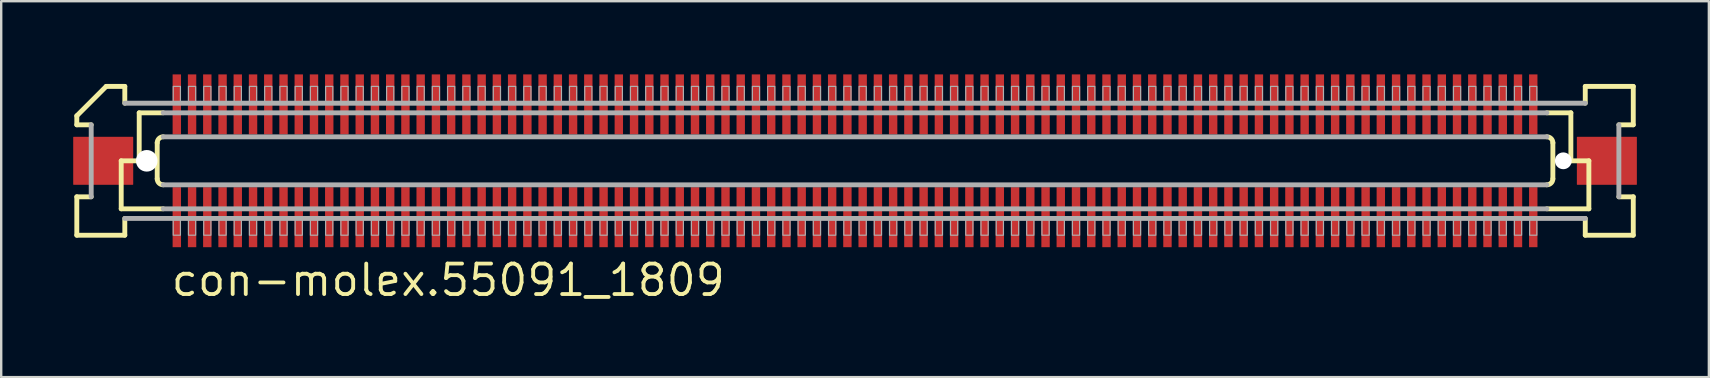
<source format=kicad_pcb>
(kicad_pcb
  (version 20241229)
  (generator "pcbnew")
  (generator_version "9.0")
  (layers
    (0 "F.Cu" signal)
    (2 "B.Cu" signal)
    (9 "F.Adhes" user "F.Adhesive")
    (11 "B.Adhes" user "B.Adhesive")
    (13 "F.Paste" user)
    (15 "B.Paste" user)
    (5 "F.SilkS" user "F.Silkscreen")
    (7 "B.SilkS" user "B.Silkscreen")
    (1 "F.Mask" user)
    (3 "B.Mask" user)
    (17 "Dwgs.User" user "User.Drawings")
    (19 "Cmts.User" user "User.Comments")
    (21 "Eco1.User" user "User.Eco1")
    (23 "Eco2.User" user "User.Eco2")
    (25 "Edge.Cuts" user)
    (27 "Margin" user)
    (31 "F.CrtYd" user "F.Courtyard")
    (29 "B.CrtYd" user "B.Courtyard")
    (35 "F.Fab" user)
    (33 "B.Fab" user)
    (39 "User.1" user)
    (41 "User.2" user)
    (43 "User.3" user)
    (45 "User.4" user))
  (footprint "con-molex.55091_1809"
    (layer "F.Cu")
    (at 32.575 3.65)
    (property "Reference" "con-molex.55091_1809" (at -28.575 5.715 0) (layer "F.SilkS") (effects (font (size 1.27 1.27) (thickness 0.16)) (justify left bottom)))
    (attr smd)
    (fp_rect (start -28.457 -1.075) (end -28.058 -3.625) (stroke (width 0.05) (type default)) (fill yes) (layer "F.Mask"))
    (fp_rect (start -28.457 3.625) (end -28.058 1.075) (stroke (width 0.05) (type default)) (fill yes) (layer "F.Mask"))
    (fp_rect (start -27.823 -1.075) (end -27.422 -3.625) (stroke (width 0.05) (type default)) (fill yes) (layer "F.Mask"))
    (fp_rect (start -27.823 3.625) (end -27.422 1.075) (stroke (width 0.05) (type default)) (fill yes) (layer "F.Mask"))
    (fp_rect (start -27.188 -1.075) (end -26.788 -3.625) (stroke (width 0.05) (type default)) (fill yes) (layer "F.Mask"))
    (fp_rect (start -27.188 3.625) (end -26.788 1.075) (stroke (width 0.05) (type default)) (fill yes) (layer "F.Mask"))
    (fp_rect (start -26.552 -1.075) (end -26.152 -3.625) (stroke (width 0.05) (type default)) (fill yes) (layer "F.Mask"))
    (fp_rect (start -26.552 3.625) (end -26.152 1.075) (stroke (width 0.05) (type default)) (fill yes) (layer "F.Mask"))
    (fp_rect (start -25.918 -1.075) (end -25.517 -3.625) (stroke (width 0.05) (type default)) (fill yes) (layer "F.Mask"))
    (fp_rect (start -25.918 3.625) (end -25.517 1.075) (stroke (width 0.05) (type default)) (fill yes) (layer "F.Mask"))
    (fp_rect (start -25.282 -1.075) (end -24.883 -3.625) (stroke (width 0.05) (type default)) (fill yes) (layer "F.Mask"))
    (fp_rect (start -25.282 3.625) (end -24.883 1.075) (stroke (width 0.05) (type default)) (fill yes) (layer "F.Mask"))
    (fp_rect (start -24.648 -1.075) (end -24.247 -3.625) (stroke (width 0.05) (type default)) (fill yes) (layer "F.Mask"))
    (fp_rect (start -24.648 3.625) (end -24.247 1.075) (stroke (width 0.05) (type default)) (fill yes) (layer "F.Mask"))
    (fp_rect (start -24.012 -1.075) (end -23.613 -3.625) (stroke (width 0.05) (type default)) (fill yes) (layer "F.Mask"))
    (fp_rect (start -24.012 3.625) (end -23.613 1.075) (stroke (width 0.05) (type default)) (fill yes) (layer "F.Mask"))
    (fp_rect (start -23.378 -1.075) (end -22.977 -3.625) (stroke (width 0.05) (type default)) (fill yes) (layer "F.Mask"))
    (fp_rect (start -23.378 3.625) (end -22.977 1.075) (stroke (width 0.05) (type default)) (fill yes) (layer "F.Mask"))
    (fp_rect (start -22.742 -1.075) (end -22.343 -3.625) (stroke (width 0.05) (type default)) (fill yes) (layer "F.Mask"))
    (fp_rect (start -22.742 3.625) (end -22.343 1.075) (stroke (width 0.05) (type default)) (fill yes) (layer "F.Mask"))
    (fp_rect (start -22.108 -1.075) (end -21.707 -3.625) (stroke (width 0.05) (type default)) (fill yes) (layer "F.Mask"))
    (fp_rect (start -22.108 3.625) (end -21.707 1.075) (stroke (width 0.05) (type default)) (fill yes) (layer "F.Mask"))
    (fp_rect (start -21.473 -1.075) (end -21.073 -3.625) (stroke (width 0.05) (type default)) (fill yes) (layer "F.Mask"))
    (fp_rect (start -21.473 3.625) (end -21.073 1.075) (stroke (width 0.05) (type default)) (fill yes) (layer "F.Mask"))
    (fp_rect (start -20.837 -1.075) (end -20.438 -3.625) (stroke (width 0.05) (type default)) (fill yes) (layer "F.Mask"))
    (fp_rect (start -20.837 3.625) (end -20.438 1.075) (stroke (width 0.05) (type default)) (fill yes) (layer "F.Mask"))
    (fp_rect (start -20.203 -1.075) (end -19.802 -3.625) (stroke (width 0.05) (type default)) (fill yes) (layer "F.Mask"))
    (fp_rect (start -20.203 3.625) (end -19.802 1.075) (stroke (width 0.05) (type default)) (fill yes) (layer "F.Mask"))
    (fp_rect (start -19.567 -1.075) (end -19.168 -3.625) (stroke (width 0.05) (type default)) (fill yes) (layer "F.Mask"))
    (fp_rect (start -19.567 3.625) (end -19.168 1.075) (stroke (width 0.05) (type default)) (fill yes) (layer "F.Mask"))
    (fp_rect (start -18.933 -1.075) (end -18.532 -3.625) (stroke (width 0.05) (type default)) (fill yes) (layer "F.Mask"))
    (fp_rect (start -18.933 3.625) (end -18.532 1.075) (stroke (width 0.05) (type default)) (fill yes) (layer "F.Mask"))
    (fp_rect (start -18.297 -1.075) (end -17.898 -3.625) (stroke (width 0.05) (type default)) (fill yes) (layer "F.Mask"))
    (fp_rect (start -18.297 3.625) (end -17.898 1.075) (stroke (width 0.05) (type default)) (fill yes) (layer "F.Mask"))
    (fp_rect (start -17.663 -1.075) (end -17.262 -3.625) (stroke (width 0.05) (type default)) (fill yes) (layer "F.Mask"))
    (fp_rect (start -17.663 3.625) (end -17.262 1.075) (stroke (width 0.05) (type default)) (fill yes) (layer "F.Mask"))
    (fp_rect (start -17.027 -1.075) (end -16.628 -3.625) (stroke (width 0.05) (type default)) (fill yes) (layer "F.Mask"))
    (fp_rect (start -17.027 3.625) (end -16.628 1.075) (stroke (width 0.05) (type default)) (fill yes) (layer "F.Mask"))
    (fp_rect (start -16.392 -1.075) (end -15.992 -3.625) (stroke (width 0.05) (type default)) (fill yes) (layer "F.Mask"))
    (fp_rect (start -16.392 3.625) (end -15.992 1.075) (stroke (width 0.05) (type default)) (fill yes) (layer "F.Mask"))
    (fp_rect (start -15.758 -1.075) (end -15.357 -3.625) (stroke (width 0.05) (type default)) (fill yes) (layer "F.Mask"))
    (fp_rect (start -15.758 3.625) (end -15.357 1.075) (stroke (width 0.05) (type default)) (fill yes) (layer "F.Mask"))
    (fp_rect (start -15.123 -1.075) (end -14.723 -3.625) (stroke (width 0.05) (type default)) (fill yes) (layer "F.Mask"))
    (fp_rect (start -15.123 3.625) (end -14.723 1.075) (stroke (width 0.05) (type default)) (fill yes) (layer "F.Mask"))
    (fp_rect (start -14.488 -1.075) (end -14.088 -3.625) (stroke (width 0.05) (type default)) (fill yes) (layer "F.Mask"))
    (fp_rect (start -14.488 3.625) (end -14.088 1.075) (stroke (width 0.05) (type default)) (fill yes) (layer "F.Mask"))
    (fp_rect (start -13.852 -1.075) (end -13.453 -3.625) (stroke (width 0.05) (type default)) (fill yes) (layer "F.Mask"))
    (fp_rect (start -13.852 3.625) (end -13.453 1.075) (stroke (width 0.05) (type default)) (fill yes) (layer "F.Mask"))
    (fp_rect (start -13.217 -1.075) (end -12.818 -3.625) (stroke (width 0.05) (type default)) (fill yes) (layer "F.Mask"))
    (fp_rect (start -13.217 3.625) (end -12.818 1.075) (stroke (width 0.05) (type default)) (fill yes) (layer "F.Mask"))
    (fp_rect (start -12.582 -1.075) (end -12.182 -3.625) (stroke (width 0.05) (type default)) (fill yes) (layer "F.Mask"))
    (fp_rect (start -12.582 3.625) (end -12.182 1.075) (stroke (width 0.05) (type default)) (fill yes) (layer "F.Mask"))
    (fp_rect (start -11.947 -1.075) (end -11.547 -3.625) (stroke (width 0.05) (type default)) (fill yes) (layer "F.Mask"))
    (fp_rect (start -11.947 3.625) (end -11.547 1.075) (stroke (width 0.05) (type default)) (fill yes) (layer "F.Mask"))
    (fp_rect (start -11.312 -1.075) (end -10.912 -3.625) (stroke (width 0.05) (type default)) (fill yes) (layer "F.Mask"))
    (fp_rect (start -11.312 3.625) (end -10.912 1.075) (stroke (width 0.05) (type default)) (fill yes) (layer "F.Mask"))
    (fp_rect (start -10.678 -1.075) (end -10.277 -3.625) (stroke (width 0.05) (type default)) (fill yes) (layer "F.Mask"))
    (fp_rect (start -10.678 3.625) (end -10.277 1.075) (stroke (width 0.05) (type default)) (fill yes) (layer "F.Mask"))
    (fp_rect (start -10.043 -1.075) (end -9.643 -3.625) (stroke (width 0.05) (type default)) (fill yes) (layer "F.Mask"))
    (fp_rect (start -10.043 3.625) (end -9.643 1.075) (stroke (width 0.05) (type default)) (fill yes) (layer "F.Mask"))
    (fp_rect (start -9.408 -1.075) (end -9.008 -3.625) (stroke (width 0.05) (type default)) (fill yes) (layer "F.Mask"))
    (fp_rect (start -9.408 3.625) (end -9.008 1.075) (stroke (width 0.05) (type default)) (fill yes) (layer "F.Mask"))
    (fp_rect (start -8.773 -1.075) (end -8.373 -3.625) (stroke (width 0.05) (type default)) (fill yes) (layer "F.Mask"))
    (fp_rect (start -8.773 3.625) (end -8.373 1.075) (stroke (width 0.05) (type default)) (fill yes) (layer "F.Mask"))
    (fp_rect (start -8.137 -1.075) (end -7.737 -3.625) (stroke (width 0.05) (type default)) (fill yes) (layer "F.Mask"))
    (fp_rect (start -8.137 3.625) (end -7.737 1.075) (stroke (width 0.05) (type default)) (fill yes) (layer "F.Mask"))
    (fp_rect (start -7.503 -1.075) (end -7.103 -3.625) (stroke (width 0.05) (type default)) (fill yes) (layer "F.Mask"))
    (fp_rect (start -7.503 3.625) (end -7.103 1.075) (stroke (width 0.05) (type default)) (fill yes) (layer "F.Mask"))
    (fp_rect (start -6.867 -1.075) (end -6.468 -3.625) (stroke (width 0.05) (type default)) (fill yes) (layer "F.Mask"))
    (fp_rect (start -6.867 3.625) (end -6.468 1.075) (stroke (width 0.05) (type default)) (fill yes) (layer "F.Mask"))
    (fp_rect (start -6.232 -1.075) (end -5.832 -3.625) (stroke (width 0.05) (type default)) (fill yes) (layer "F.Mask"))
    (fp_rect (start -6.232 3.625) (end -5.832 1.075) (stroke (width 0.05) (type default)) (fill yes) (layer "F.Mask"))
    (fp_rect (start -5.598 -1.075) (end -5.197 -3.625) (stroke (width 0.05) (type default)) (fill yes) (layer "F.Mask"))
    (fp_rect (start -5.598 3.625) (end -5.197 1.075) (stroke (width 0.05) (type default)) (fill yes) (layer "F.Mask"))
    (fp_rect (start -4.963 -1.075) (end -4.562 -3.625) (stroke (width 0.05) (type default)) (fill yes) (layer "F.Mask"))
    (fp_rect (start -4.963 3.625) (end -4.562 1.075) (stroke (width 0.05) (type default)) (fill yes) (layer "F.Mask"))
    (fp_rect (start -4.327 -1.075) (end -3.928 -3.625) (stroke (width 0.05) (type default)) (fill yes) (layer "F.Mask"))
    (fp_rect (start -4.327 3.625) (end -3.928 1.075) (stroke (width 0.05) (type default)) (fill yes) (layer "F.Mask"))
    (fp_rect (start -3.692 -1.075) (end -3.292 -3.625) (stroke (width 0.05) (type default)) (fill yes) (layer "F.Mask"))
    (fp_rect (start -3.692 3.625) (end -3.292 1.075) (stroke (width 0.05) (type default)) (fill yes) (layer "F.Mask"))
    (fp_rect (start -3.058 -1.075) (end -2.658 -3.625) (stroke (width 0.05) (type default)) (fill yes) (layer "F.Mask"))
    (fp_rect (start -3.058 3.625) (end -2.658 1.075) (stroke (width 0.05) (type default)) (fill yes) (layer "F.Mask"))
    (fp_rect (start -2.422 -1.075) (end -2.022 -3.625) (stroke (width 0.05) (type default)) (fill yes) (layer "F.Mask"))
    (fp_rect (start -2.422 3.625) (end -2.022 1.075) (stroke (width 0.05) (type default)) (fill yes) (layer "F.Mask"))
    (fp_rect (start -1.788 -1.075) (end -1.387 -3.625) (stroke (width 0.05) (type default)) (fill yes) (layer "F.Mask"))
    (fp_rect (start -1.788 3.625) (end -1.387 1.075) (stroke (width 0.05) (type default)) (fill yes) (layer "F.Mask"))
    (fp_rect (start -1.153 -1.075) (end -0.752 -3.625) (stroke (width 0.05) (type default)) (fill yes) (layer "F.Mask"))
    (fp_rect (start -1.153 3.625) (end -0.752 1.075) (stroke (width 0.05) (type default)) (fill yes) (layer "F.Mask"))
    (fp_rect (start -0.517 -1.075) (end -0.117 -3.625) (stroke (width 0.05) (type default)) (fill yes) (layer "F.Mask"))
    (fp_rect (start -0.517 3.625) (end -0.117 1.075) (stroke (width 0.05) (type default)) (fill yes) (layer "F.Mask"))
    (fp_rect (start 0.117 -1.075) (end 0.517 -3.625) (stroke (width 0.05) (type default)) (fill yes) (layer "F.Mask"))
    (fp_rect (start 0.117 3.625) (end 0.517 1.075) (stroke (width 0.05) (type default)) (fill yes) (layer "F.Mask"))
    (fp_rect (start 0.752 -1.075) (end 1.153 -3.625) (stroke (width 0.05) (type default)) (fill yes) (layer "F.Mask"))
    (fp_rect (start 0.752 3.625) (end 1.153 1.075) (stroke (width 0.05) (type default)) (fill yes) (layer "F.Mask"))
    (fp_rect (start 1.387 -1.075) (end 1.788 -3.625) (stroke (width 0.05) (type default)) (fill yes) (layer "F.Mask"))
    (fp_rect (start 1.387 3.625) (end 1.788 1.075) (stroke (width 0.05) (type default)) (fill yes) (layer "F.Mask"))
    (fp_rect (start 2.022 -1.075) (end 2.422 -3.625) (stroke (width 0.05) (type default)) (fill yes) (layer "F.Mask"))
    (fp_rect (start 2.022 3.625) (end 2.422 1.075) (stroke (width 0.05) (type default)) (fill yes) (layer "F.Mask"))
    (fp_rect (start 2.658 -1.075) (end 3.058 -3.625) (stroke (width 0.05) (type default)) (fill yes) (layer "F.Mask"))
    (fp_rect (start 2.658 3.625) (end 3.058 1.075) (stroke (width 0.05) (type default)) (fill yes) (layer "F.Mask"))
    (fp_rect (start 3.292 -1.075) (end 3.692 -3.625) (stroke (width 0.05) (type default)) (fill yes) (layer "F.Mask"))
    (fp_rect (start 3.292 3.625) (end 3.692 1.075) (stroke (width 0.05) (type default)) (fill yes) (layer "F.Mask"))
    (fp_rect (start 3.928 -1.075) (end 4.327 -3.625) (stroke (width 0.05) (type default)) (fill yes) (layer "F.Mask"))
    (fp_rect (start 3.928 3.625) (end 4.327 1.075) (stroke (width 0.05) (type default)) (fill yes) (layer "F.Mask"))
    (fp_rect (start 4.562 -1.075) (end 4.963 -3.625) (stroke (width 0.05) (type default)) (fill yes) (layer "F.Mask"))
    (fp_rect (start 4.562 3.625) (end 4.963 1.075) (stroke (width 0.05) (type default)) (fill yes) (layer "F.Mask"))
    (fp_rect (start 5.197 -1.075) (end 5.598 -3.625) (stroke (width 0.05) (type default)) (fill yes) (layer "F.Mask"))
    (fp_rect (start 5.197 3.625) (end 5.598 1.075) (stroke (width 0.05) (type default)) (fill yes) (layer "F.Mask"))
    (fp_rect (start 5.832 -1.075) (end 6.232 -3.625) (stroke (width 0.05) (type default)) (fill yes) (layer "F.Mask"))
    (fp_rect (start 5.832 3.625) (end 6.232 1.075) (stroke (width 0.05) (type default)) (fill yes) (layer "F.Mask"))
    (fp_rect (start 6.468 -1.075) (end 6.867 -3.625) (stroke (width 0.05) (type default)) (fill yes) (layer "F.Mask"))
    (fp_rect (start 6.468 3.625) (end 6.867 1.075) (stroke (width 0.05) (type default)) (fill yes) (layer "F.Mask"))
    (fp_rect (start 7.103 -1.075) (end 7.503 -3.625) (stroke (width 0.05) (type default)) (fill yes) (layer "F.Mask"))
    (fp_rect (start 7.103 3.625) (end 7.503 1.075) (stroke (width 0.05) (type default)) (fill yes) (layer "F.Mask"))
    (fp_rect (start 7.737 -1.075) (end 8.137 -3.625) (stroke (width 0.05) (type default)) (fill yes) (layer "F.Mask"))
    (fp_rect (start 7.737 3.625) (end 8.137 1.075) (stroke (width 0.05) (type default)) (fill yes) (layer "F.Mask"))
    (fp_rect (start 8.373 -1.075) (end 8.773 -3.625) (stroke (width 0.05) (type default)) (fill yes) (layer "F.Mask"))
    (fp_rect (start 8.373 3.625) (end 8.773 1.075) (stroke (width 0.05) (type default)) (fill yes) (layer "F.Mask"))
    (fp_rect (start 9.008 -1.075) (end 9.408 -3.625) (stroke (width 0.05) (type default)) (fill yes) (layer "F.Mask"))
    (fp_rect (start 9.008 3.625) (end 9.408 1.075) (stroke (width 0.05) (type default)) (fill yes) (layer "F.Mask"))
    (fp_rect (start 9.643 -1.075) (end 10.043 -3.625) (stroke (width 0.05) (type default)) (fill yes) (layer "F.Mask"))
    (fp_rect (start 9.643 3.625) (end 10.043 1.075) (stroke (width 0.05) (type default)) (fill yes) (layer "F.Mask"))
    (fp_rect (start 10.277 -1.075) (end 10.678 -3.625) (stroke (width 0.05) (type default)) (fill yes) (layer "F.Mask"))
    (fp_rect (start 10.277 3.625) (end 10.678 1.075) (stroke (width 0.05) (type default)) (fill yes) (layer "F.Mask"))
    (fp_rect (start 10.912 -1.075) (end 11.312 -3.625) (stroke (width 0.05) (type default)) (fill yes) (layer "F.Mask"))
    (fp_rect (start 10.912 3.625) (end 11.312 1.075) (stroke (width 0.05) (type default)) (fill yes) (layer "F.Mask"))
    (fp_rect (start 11.547 -1.075) (end 11.947 -3.625) (stroke (width 0.05) (type default)) (fill yes) (layer "F.Mask"))
    (fp_rect (start 11.547 3.625) (end 11.947 1.075) (stroke (width 0.05) (type default)) (fill yes) (layer "F.Mask"))
    (fp_rect (start 12.182 -1.075) (end 12.582 -3.625) (stroke (width 0.05) (type default)) (fill yes) (layer "F.Mask"))
    (fp_rect (start 12.182 3.625) (end 12.582 1.075) (stroke (width 0.05) (type default)) (fill yes) (layer "F.Mask"))
    (fp_rect (start 12.818 -1.075) (end 13.217 -3.625) (stroke (width 0.05) (type default)) (fill yes) (layer "F.Mask"))
    (fp_rect (start 12.818 3.625) (end 13.217 1.075) (stroke (width 0.05) (type default)) (fill yes) (layer "F.Mask"))
    (fp_rect (start 13.453 -1.075) (end 13.852 -3.625) (stroke (width 0.05) (type default)) (fill yes) (layer "F.Mask"))
    (fp_rect (start 13.453 3.625) (end 13.852 1.075) (stroke (width 0.05) (type default)) (fill yes) (layer "F.Mask"))
    (fp_rect (start 14.088 -1.075) (end 14.488 -3.625) (stroke (width 0.05) (type default)) (fill yes) (layer "F.Mask"))
    (fp_rect (start 14.088 3.625) (end 14.488 1.075) (stroke (width 0.05) (type default)) (fill yes) (layer "F.Mask"))
    (fp_rect (start 14.723 -1.075) (end 15.123 -3.625) (stroke (width 0.05) (type default)) (fill yes) (layer "F.Mask"))
    (fp_rect (start 14.723 3.625) (end 15.123 1.075) (stroke (width 0.05) (type default)) (fill yes) (layer "F.Mask"))
    (fp_rect (start 15.357 -1.075) (end 15.758 -3.625) (stroke (width 0.05) (type default)) (fill yes) (layer "F.Mask"))
    (fp_rect (start 15.357 3.625) (end 15.758 1.075) (stroke (width 0.05) (type default)) (fill yes) (layer "F.Mask"))
    (fp_rect (start 15.992 -1.075) (end 16.392 -3.625) (stroke (width 0.05) (type default)) (fill yes) (layer "F.Mask"))
    (fp_rect (start 15.992 3.625) (end 16.392 1.075) (stroke (width 0.05) (type default)) (fill yes) (layer "F.Mask"))
    (fp_rect (start 16.628 -1.075) (end 17.027 -3.625) (stroke (width 0.05) (type default)) (fill yes) (layer "F.Mask"))
    (fp_rect (start 16.628 3.625) (end 17.027 1.075) (stroke (width 0.05) (type default)) (fill yes) (layer "F.Mask"))
    (fp_rect (start 17.262 -1.075) (end 17.663 -3.625) (stroke (width 0.05) (type default)) (fill yes) (layer "F.Mask"))
    (fp_rect (start 17.262 3.625) (end 17.663 1.075) (stroke (width 0.05) (type default)) (fill yes) (layer "F.Mask"))
    (fp_rect (start 17.898 -1.075) (end 18.297 -3.625) (stroke (width 0.05) (type default)) (fill yes) (layer "F.Mask"))
    (fp_rect (start 17.898 3.625) (end 18.297 1.075) (stroke (width 0.05) (type default)) (fill yes) (layer "F.Mask"))
    (fp_rect (start 18.532 -1.075) (end 18.933 -3.625) (stroke (width 0.05) (type default)) (fill yes) (layer "F.Mask"))
    (fp_rect (start 18.532 3.625) (end 18.933 1.075) (stroke (width 0.05) (type default)) (fill yes) (layer "F.Mask"))
    (fp_rect (start 19.168 -1.075) (end 19.567 -3.625) (stroke (width 0.05) (type default)) (fill yes) (layer "F.Mask"))
    (fp_rect (start 19.168 3.625) (end 19.567 1.075) (stroke (width 0.05) (type default)) (fill yes) (layer "F.Mask"))
    (fp_rect (start 19.802 -1.075) (end 20.203 -3.625) (stroke (width 0.05) (type default)) (fill yes) (layer "F.Mask"))
    (fp_rect (start 19.802 3.625) (end 20.203 1.075) (stroke (width 0.05) (type default)) (fill yes) (layer "F.Mask"))
    (fp_rect (start 20.438 -1.075) (end 20.837 -3.625) (stroke (width 0.05) (type default)) (fill yes) (layer "F.Mask"))
    (fp_rect (start 20.438 3.625) (end 20.837 1.075) (stroke (width 0.05) (type default)) (fill yes) (layer "F.Mask"))
    (fp_rect (start 21.073 -1.075) (end 21.473 -3.625) (stroke (width 0.05) (type default)) (fill yes) (layer "F.Mask"))
    (fp_rect (start 21.073 3.625) (end 21.473 1.075) (stroke (width 0.05) (type default)) (fill yes) (layer "F.Mask"))
    (fp_rect (start 21.707 -1.075) (end 22.108 -3.625) (stroke (width 0.05) (type default)) (fill yes) (layer "F.Mask"))
    (fp_rect (start 21.707 3.625) (end 22.108 1.075) (stroke (width 0.05) (type default)) (fill yes) (layer "F.Mask"))
    (fp_rect (start 22.343 -1.075) (end 22.742 -3.625) (stroke (width 0.05) (type default)) (fill yes) (layer "F.Mask"))
    (fp_rect (start 22.343 3.625) (end 22.742 1.075) (stroke (width 0.05) (type default)) (fill yes) (layer "F.Mask"))
    (fp_rect (start 22.977 -1.075) (end 23.378 -3.625) (stroke (width 0.05) (type default)) (fill yes) (layer "F.Mask"))
    (fp_rect (start 22.977 3.625) (end 23.378 1.075) (stroke (width 0.05) (type default)) (fill yes) (layer "F.Mask"))
    (fp_rect (start 23.613 -1.075) (end 24.012 -3.625) (stroke (width 0.05) (type default)) (fill yes) (layer "F.Mask"))
    (fp_rect (start 23.613 3.625) (end 24.012 1.075) (stroke (width 0.05) (type default)) (fill yes) (layer "F.Mask"))
    (fp_rect (start 24.247 -1.075) (end 24.648 -3.625) (stroke (width 0.05) (type default)) (fill yes) (layer "F.Mask"))
    (fp_rect (start 24.247 3.625) (end 24.648 1.075) (stroke (width 0.05) (type default)) (fill yes) (layer "F.Mask"))
    (fp_rect (start 24.883 -1.075) (end 25.282 -3.625) (stroke (width 0.05) (type default)) (fill yes) (layer "F.Mask"))
    (fp_rect (start 24.883 3.625) (end 25.282 1.075) (stroke (width 0.05) (type default)) (fill yes) (layer "F.Mask"))
    (fp_rect (start 25.517 -1.075) (end 25.918 -3.625) (stroke (width 0.05) (type default)) (fill yes) (layer "F.Mask"))
    (fp_rect (start 25.517 3.625) (end 25.918 1.075) (stroke (width 0.05) (type default)) (fill yes) (layer "F.Mask"))
    (fp_rect (start 26.152 -1.075) (end 26.552 -3.625) (stroke (width 0.05) (type default)) (fill yes) (layer "F.Mask"))
    (fp_rect (start 26.152 3.625) (end 26.552 1.075) (stroke (width 0.05) (type default)) (fill yes) (layer "F.Mask"))
    (fp_rect (start 26.788 -1.075) (end 27.188 -3.625) (stroke (width 0.05) (type default)) (fill yes) (layer "F.Mask"))
    (fp_rect (start 26.788 3.625) (end 27.188 1.075) (stroke (width 0.05) (type default)) (fill yes) (layer "F.Mask"))
    (fp_rect (start 27.422 -1.075) (end 27.823 -3.625) (stroke (width 0.05) (type default)) (fill yes) (layer "F.Mask"))
    (fp_rect (start 27.422 3.625) (end 27.823 1.075) (stroke (width 0.05) (type default)) (fill yes) (layer "F.Mask"))
    (fp_rect (start 28.058 -1.075) (end 28.457 -3.625) (stroke (width 0.05) (type default)) (fill yes) (layer "F.Mask"))
    (fp_rect (start 28.058 3.625) (end 28.457 1.075) (stroke (width 0.05) (type default)) (fill yes) (layer "F.Mask"))
    (fp_line (start -32.425 -1.5) (end -32.425 -1.875) (stroke (width 0.203) (type default)) (layer "F.SilkS"))
    (fp_line (start -32.425 1.5) (end -31.825 1.5) (stroke (width 0.203) (type default)) (layer "F.SilkS"))
    (fp_line (start -32.425 3.1) (end -32.425 1.5) (stroke (width 0.203) (type default)) (layer "F.SilkS"))
    (fp_line (start -31.825 -1.5) (end -32.425 -1.5) (stroke (width 0.203) (type default)) (layer "F.SilkS"))
    (fp_line (start -31.2 -3.1) (end -32.425 -1.875) (stroke (width 0.203) (type default)) (layer "F.SilkS"))
    (fp_line (start -31.2 -3.1) (end -30.425 -3.1) (stroke (width 0.203) (type default)) (layer "F.SilkS"))
    (fp_line (start -30.575 0) (end -30.575 2) (stroke (width 0.203) (type default)) (layer "F.SilkS"))
    (fp_line (start -30.575 2) (end -28.825 2) (stroke (width 0.203) (type default)) (layer "F.SilkS"))
    (fp_line (start -30.425 -3.1) (end -30.425 -2.4) (stroke (width 0.203) (type default)) (layer "F.SilkS"))
    (fp_line (start -30.425 2.4) (end -30.425 3.1) (stroke (width 0.203) (type default)) (layer "F.SilkS"))
    (fp_line (start -30.425 3.1) (end -32.425 3.1) (stroke (width 0.203) (type default)) (layer "F.SilkS"))
    (fp_line (start -29.825 -2) (end -29.825 0) (stroke (width 0.203) (type default)) (layer "F.SilkS"))
    (fp_line (start -29.825 0) (end -30.575 0) (stroke (width 0.203) (type default)) (layer "F.SilkS"))
    (fp_line (start -29.075 0.75) (end -29.075 -0.75) (stroke (width 0.203) (type default)) (layer "F.SilkS"))
    (fp_line (start -28.825 -2) (end -29.825 -2) (stroke (width 0.203) (type default)) (layer "F.SilkS"))
    (fp_line (start 28.825 2) (end 30.575 2) (stroke (width 0.203) (type default)) (layer "F.SilkS"))
    (fp_line (start 29.075 -0.75) (end 29.075 0.75) (stroke (width 0.203) (type default)) (layer "F.SilkS"))
    (fp_line (start 29.825 -2) (end 28.825 -2) (stroke (width 0.203) (type default)) (layer "F.SilkS"))
    (fp_line (start 29.825 -2) (end 29.825 0) (stroke (width 0.203) (type default)) (layer "F.SilkS"))
    (fp_line (start 30.425 -3.1) (end 32.425 -3.1) (stroke (width 0.203) (type default)) (layer "F.SilkS"))
    (fp_line (start 30.425 -2.4) (end 30.425 -3.1) (stroke (width 0.203) (type default)) (layer "F.SilkS"))
    (fp_line (start 30.425 3.1) (end 30.425 2.4) (stroke (width 0.203) (type default)) (layer "F.SilkS"))
    (fp_line (start 30.575 0) (end 29.825 0) (stroke (width 0.203) (type default)) (layer "F.SilkS"))
    (fp_line (start 30.575 0) (end 30.575 2) (stroke (width 0.203) (type default)) (layer "F.SilkS"))
    (fp_line (start 31.825 1.5) (end 32.425 1.5) (stroke (width 0.203) (type default)) (layer "F.SilkS"))
    (fp_line (start 32.425 -3.1) (end 32.425 -1.5) (stroke (width 0.203) (type default)) (layer "F.SilkS"))
    (fp_line (start 32.425 -1.5) (end 31.825 -1.5) (stroke (width 0.203) (type default)) (layer "F.SilkS"))
    (fp_line (start 32.425 1.5) (end 32.425 3.1) (stroke (width 0.203) (type default)) (layer "F.SilkS"))
    (fp_line (start 32.425 3.1) (end 30.425 3.1) (stroke (width 0.203) (type default)) (layer "F.SilkS"))
    (fp_arc (start -29.075 -0.75) (mid -29.001777 -0.926777) (end -28.825 -1) (stroke (width 0.2032) (type default)) (layer "F.SilkS"))
    (fp_arc (start -28.825 1) (mid -29.001777 0.926777) (end -29.075 0.75) (stroke (width 0.2032) (type default)) (layer "F.SilkS"))
    (fp_arc (start 28.825 -1) (mid 29.001777 -0.926777) (end 29.075 -0.75) (stroke (width 0.2032) (type default)) (layer "F.SilkS"))
    (fp_arc (start 29.075 0.75) (mid 29.001777 0.926777) (end 28.825 1) (stroke (width 0.2032) (type default)) (layer "F.SilkS"))
    (fp_line (start -31.825 1.5) (end -31.825 -1.5) (stroke (width 0.203) (type default)) (layer "F.Fab"))
    (fp_line (start -30.425 -2.4) (end 30.425 -2.4) (stroke (width 0.203) (type default)) (layer "F.Fab"))
    (fp_line (start -28.825 -1) (end 28.825 -1) (stroke (width 0.203) (type default)) (layer "F.Fab"))
    (fp_line (start -28.825 2) (end 28.825 2) (stroke (width 0.203) (type default)) (layer "F.Fab"))
    (fp_line (start 28.825 -2) (end -28.825 -2) (stroke (width 0.203) (type default)) (layer "F.Fab"))
    (fp_line (start 28.825 1) (end -28.825 1) (stroke (width 0.203) (type default)) (layer "F.Fab"))
    (fp_line (start 30.425 2.4) (end -30.425 2.4) (stroke (width 0.203) (type default)) (layer "F.Fab"))
    (fp_line (start 31.825 -1.5) (end 31.825 1.5) (stroke (width 0.203) (type default)) (layer "F.Fab"))
    (fp_rect (start -28.407 -2.375) (end -28.108 -3.1) (stroke (width 0.05) (type default)) (fill no) (layer "F.Fab"))
    (fp_rect (start -28.407 3.1) (end -28.108 2.375) (stroke (width 0.05) (type default)) (fill no) (layer "F.Fab"))
    (fp_rect (start -27.773 -2.375) (end -27.473 -3.1) (stroke (width 0.05) (type default)) (fill no) (layer "F.Fab"))
    (fp_rect (start -27.773 3.1) (end -27.473 2.375) (stroke (width 0.05) (type default)) (fill no) (layer "F.Fab"))
    (fp_rect (start -27.137 -2.375) (end -26.837 -3.1) (stroke (width 0.05) (type default)) (fill no) (layer "F.Fab"))
    (fp_rect (start -27.137 3.1) (end -26.837 2.375) (stroke (width 0.05) (type default)) (fill no) (layer "F.Fab"))
    (fp_rect (start -26.503 -2.375) (end -26.203 -3.1) (stroke (width 0.05) (type default)) (fill no) (layer "F.Fab"))
    (fp_rect (start -26.503 3.1) (end -26.203 2.375) (stroke (width 0.05) (type default)) (fill no) (layer "F.Fab"))
    (fp_rect (start -25.867 -2.375) (end -25.567 -3.1) (stroke (width 0.05) (type default)) (fill no) (layer "F.Fab"))
    (fp_rect (start -25.867 3.1) (end -25.567 2.375) (stroke (width 0.05) (type default)) (fill no) (layer "F.Fab"))
    (fp_rect (start -25.233 -2.375) (end -24.933 -3.1) (stroke (width 0.05) (type default)) (fill no) (layer "F.Fab"))
    (fp_rect (start -25.233 3.1) (end -24.933 2.375) (stroke (width 0.05) (type default)) (fill no) (layer "F.Fab"))
    (fp_rect (start -24.598 -2.375) (end -24.297 -3.1) (stroke (width 0.05) (type default)) (fill no) (layer "F.Fab"))
    (fp_rect (start -24.598 3.1) (end -24.297 2.375) (stroke (width 0.05) (type default)) (fill no) (layer "F.Fab"))
    (fp_rect (start -23.962 -2.375) (end -23.663 -3.1) (stroke (width 0.05) (type default)) (fill no) (layer "F.Fab"))
    (fp_rect (start -23.962 3.1) (end -23.663 2.375) (stroke (width 0.05) (type default)) (fill no) (layer "F.Fab"))
    (fp_rect (start -23.328 -2.375) (end -23.027 -3.1) (stroke (width 0.05) (type default)) (fill no) (layer "F.Fab"))
    (fp_rect (start -23.328 3.1) (end -23.027 2.375) (stroke (width 0.05) (type default)) (fill no) (layer "F.Fab"))
    (fp_rect (start -22.692 -2.375) (end -22.392 -3.1) (stroke (width 0.05) (type default)) (fill no) (layer "F.Fab"))
    (fp_rect (start -22.692 3.1) (end -22.392 2.375) (stroke (width 0.05) (type default)) (fill no) (layer "F.Fab"))
    (fp_rect (start -22.058 -2.375) (end -21.758 -3.1) (stroke (width 0.05) (type default)) (fill no) (layer "F.Fab"))
    (fp_rect (start -22.058 3.1) (end -21.758 2.375) (stroke (width 0.05) (type default)) (fill no) (layer "F.Fab"))
    (fp_rect (start -21.422 -2.375) (end -21.122 -3.1) (stroke (width 0.05) (type default)) (fill no) (layer "F.Fab"))
    (fp_rect (start -21.422 3.1) (end -21.122 2.375) (stroke (width 0.05) (type default)) (fill no) (layer "F.Fab"))
    (fp_rect (start -20.788 -2.375) (end -20.488 -3.1) (stroke (width 0.05) (type default)) (fill no) (layer "F.Fab"))
    (fp_rect (start -20.788 3.1) (end -20.488 2.375) (stroke (width 0.05) (type default)) (fill no) (layer "F.Fab"))
    (fp_rect (start -20.152 -2.375) (end -19.852 -3.1) (stroke (width 0.05) (type default)) (fill no) (layer "F.Fab"))
    (fp_rect (start -20.152 3.1) (end -19.852 2.375) (stroke (width 0.05) (type default)) (fill no) (layer "F.Fab"))
    (fp_rect (start -19.517 -2.375) (end -19.218 -3.1) (stroke (width 0.05) (type default)) (fill no) (layer "F.Fab"))
    (fp_rect (start -19.517 3.1) (end -19.218 2.375) (stroke (width 0.05) (type default)) (fill no) (layer "F.Fab"))
    (fp_rect (start -18.883 -2.375) (end -18.582 -3.1) (stroke (width 0.05) (type default)) (fill no) (layer "F.Fab"))
    (fp_rect (start -18.883 3.1) (end -18.582 2.375) (stroke (width 0.05) (type default)) (fill no) (layer "F.Fab"))
    (fp_rect (start -18.247 -2.375) (end -17.948 -3.1) (stroke (width 0.05) (type default)) (fill no) (layer "F.Fab"))
    (fp_rect (start -18.247 3.1) (end -17.948 2.375) (stroke (width 0.05) (type default)) (fill no) (layer "F.Fab"))
    (fp_rect (start -17.613 -2.375) (end -17.312 -3.1) (stroke (width 0.05) (type default)) (fill no) (layer "F.Fab"))
    (fp_rect (start -17.613 3.1) (end -17.312 2.375) (stroke (width 0.05) (type default)) (fill no) (layer "F.Fab"))
    (fp_rect (start -16.977 -2.375) (end -16.677 -3.1) (stroke (width 0.05) (type default)) (fill no) (layer "F.Fab"))
    (fp_rect (start -16.977 3.1) (end -16.677 2.375) (stroke (width 0.05) (type default)) (fill no) (layer "F.Fab"))
    (fp_rect (start -16.343 -2.375) (end -16.043 -3.1) (stroke (width 0.05) (type default)) (fill no) (layer "F.Fab"))
    (fp_rect (start -16.343 3.1) (end -16.043 2.375) (stroke (width 0.05) (type default)) (fill no) (layer "F.Fab"))
    (fp_rect (start -15.707 -2.375) (end -15.408 -3.1) (stroke (width 0.05) (type default)) (fill no) (layer "F.Fab"))
    (fp_rect (start -15.707 3.1) (end -15.408 2.375) (stroke (width 0.05) (type default)) (fill no) (layer "F.Fab"))
    (fp_rect (start -15.072 -2.375) (end -14.773 -3.1) (stroke (width 0.05) (type default)) (fill no) (layer "F.Fab"))
    (fp_rect (start -15.072 3.1) (end -14.773 2.375) (stroke (width 0.05) (type default)) (fill no) (layer "F.Fab"))
    (fp_rect (start -14.438 -2.375) (end -14.137 -3.1) (stroke (width 0.05) (type default)) (fill no) (layer "F.Fab"))
    (fp_rect (start -14.438 3.1) (end -14.137 2.375) (stroke (width 0.05) (type default)) (fill no) (layer "F.Fab"))
    (fp_rect (start -13.803 -2.375) (end -13.502 -3.1) (stroke (width 0.05) (type default)) (fill no) (layer "F.Fab"))
    (fp_rect (start -13.803 3.1) (end -13.502 2.375) (stroke (width 0.05) (type default)) (fill no) (layer "F.Fab"))
    (fp_rect (start -13.168 -2.375) (end -12.867 -3.1) (stroke (width 0.05) (type default)) (fill no) (layer "F.Fab"))
    (fp_rect (start -13.168 3.1) (end -12.867 2.375) (stroke (width 0.05) (type default)) (fill no) (layer "F.Fab"))
    (fp_rect (start -12.533 -2.375) (end -12.232 -3.1) (stroke (width 0.05) (type default)) (fill no) (layer "F.Fab"))
    (fp_rect (start -12.533 3.1) (end -12.232 2.375) (stroke (width 0.05) (type default)) (fill no) (layer "F.Fab"))
    (fp_rect (start -11.898 -2.375) (end -11.598 -3.1) (stroke (width 0.05) (type default)) (fill no) (layer "F.Fab"))
    (fp_rect (start -11.898 3.1) (end -11.598 2.375) (stroke (width 0.05) (type default)) (fill no) (layer "F.Fab"))
    (fp_rect (start -11.262 -2.375) (end -10.963 -3.1) (stroke (width 0.05) (type default)) (fill no) (layer "F.Fab"))
    (fp_rect (start -11.262 3.1) (end -10.963 2.375) (stroke (width 0.05) (type default)) (fill no) (layer "F.Fab"))
    (fp_rect (start -10.627 -2.375) (end -10.328 -3.1) (stroke (width 0.05) (type default)) (fill no) (layer "F.Fab"))
    (fp_rect (start -10.627 3.1) (end -10.328 2.375) (stroke (width 0.05) (type default)) (fill no) (layer "F.Fab"))
    (fp_rect (start -9.992 -2.375) (end -9.693 -3.1) (stroke (width 0.05) (type default)) (fill no) (layer "F.Fab"))
    (fp_rect (start -9.992 3.1) (end -9.693 2.375) (stroke (width 0.05) (type default)) (fill no) (layer "F.Fab"))
    (fp_rect (start -9.357 -2.375) (end -9.057 -3.1) (stroke (width 0.05) (type default)) (fill no) (layer "F.Fab"))
    (fp_rect (start -9.357 3.1) (end -9.057 2.375) (stroke (width 0.05) (type default)) (fill no) (layer "F.Fab"))
    (fp_rect (start -8.723 -2.375) (end -8.422 -3.1) (stroke (width 0.05) (type default)) (fill no) (layer "F.Fab"))
    (fp_rect (start -8.723 3.1) (end -8.422 2.375) (stroke (width 0.05) (type default)) (fill no) (layer "F.Fab"))
    (fp_rect (start -8.088 -2.375) (end -7.787 -3.1) (stroke (width 0.05) (type default)) (fill no) (layer "F.Fab"))
    (fp_rect (start -8.088 3.1) (end -7.787 2.375) (stroke (width 0.05) (type default)) (fill no) (layer "F.Fab"))
    (fp_rect (start -7.452 -2.375) (end -7.152 -3.1) (stroke (width 0.05) (type default)) (fill no) (layer "F.Fab"))
    (fp_rect (start -7.452 3.1) (end -7.152 2.375) (stroke (width 0.05) (type default)) (fill no) (layer "F.Fab"))
    (fp_rect (start -6.817 -2.375) (end -6.518 -3.1) (stroke (width 0.05) (type default)) (fill no) (layer "F.Fab"))
    (fp_rect (start -6.817 3.1) (end -6.518 2.375) (stroke (width 0.05) (type default)) (fill no) (layer "F.Fab"))
    (fp_rect (start -6.183 -2.375) (end -5.883 -3.1) (stroke (width 0.05) (type default)) (fill no) (layer "F.Fab"))
    (fp_rect (start -6.183 3.1) (end -5.883 2.375) (stroke (width 0.05) (type default)) (fill no) (layer "F.Fab"))
    (fp_rect (start -5.548 -2.375) (end -5.247 -3.1) (stroke (width 0.05) (type default)) (fill no) (layer "F.Fab"))
    (fp_rect (start -5.548 3.1) (end -5.247 2.375) (stroke (width 0.05) (type default)) (fill no) (layer "F.Fab"))
    (fp_rect (start -4.912 -2.375) (end -4.612 -3.1) (stroke (width 0.05) (type default)) (fill no) (layer "F.Fab"))
    (fp_rect (start -4.912 3.1) (end -4.612 2.375) (stroke (width 0.05) (type default)) (fill no) (layer "F.Fab"))
    (fp_rect (start -4.277 -2.375) (end -3.978 -3.1) (stroke (width 0.05) (type default)) (fill no) (layer "F.Fab"))
    (fp_rect (start -4.277 3.1) (end -3.978 2.375) (stroke (width 0.05) (type default)) (fill no) (layer "F.Fab"))
    (fp_rect (start -3.643 -2.375) (end -3.342 -3.1) (stroke (width 0.05) (type default)) (fill no) (layer "F.Fab"))
    (fp_rect (start -3.643 3.1) (end -3.342 2.375) (stroke (width 0.05) (type default)) (fill no) (layer "F.Fab"))
    (fp_rect (start -3.007 -2.375) (end -2.708 -3.1) (stroke (width 0.05) (type default)) (fill no) (layer "F.Fab"))
    (fp_rect (start -3.007 3.1) (end -2.708 2.375) (stroke (width 0.05) (type default)) (fill no) (layer "F.Fab"))
    (fp_rect (start -2.373 -2.375) (end -2.072 -3.1) (stroke (width 0.05) (type default)) (fill no) (layer "F.Fab"))
    (fp_rect (start -2.373 3.1) (end -2.072 2.375) (stroke (width 0.05) (type default)) (fill no) (layer "F.Fab"))
    (fp_rect (start -1.738 -2.375) (end -1.438 -3.1) (stroke (width 0.05) (type default)) (fill no) (layer "F.Fab"))
    (fp_rect (start -1.738 3.1) (end -1.438 2.375) (stroke (width 0.05) (type default)) (fill no) (layer "F.Fab"))
    (fp_rect (start -1.103 -2.375) (end -0.802 -3.1) (stroke (width 0.05) (type default)) (fill no) (layer "F.Fab"))
    (fp_rect (start -1.103 3.1) (end -0.802 2.375) (stroke (width 0.05) (type default)) (fill no) (layer "F.Fab"))
    (fp_rect (start -0.468 -2.375) (end -0.168 -3.1) (stroke (width 0.05) (type default)) (fill no) (layer "F.Fab"))
    (fp_rect (start -0.468 3.1) (end -0.168 2.375) (stroke (width 0.05) (type default)) (fill no) (layer "F.Fab"))
    (fp_rect (start 0.168 -2.375) (end 0.468 -3.1) (stroke (width 0.05) (type default)) (fill no) (layer "F.Fab"))
    (fp_rect (start 0.168 3.1) (end 0.468 2.375) (stroke (width 0.05) (type default)) (fill no) (layer "F.Fab"))
    (fp_rect (start 0.802 -2.375) (end 1.103 -3.1) (stroke (width 0.05) (type default)) (fill no) (layer "F.Fab"))
    (fp_rect (start 0.802 3.1) (end 1.103 2.375) (stroke (width 0.05) (type default)) (fill no) (layer "F.Fab"))
    (fp_rect (start 1.438 -2.375) (end 1.738 -3.1) (stroke (width 0.05) (type default)) (fill no) (layer "F.Fab"))
    (fp_rect (start 1.438 3.1) (end 1.738 2.375) (stroke (width 0.05) (type default)) (fill no) (layer "F.Fab"))
    (fp_rect (start 2.072 -2.375) (end 2.373 -3.1) (stroke (width 0.05) (type default)) (fill no) (layer "F.Fab"))
    (fp_rect (start 2.072 3.1) (end 2.373 2.375) (stroke (width 0.05) (type default)) (fill no) (layer "F.Fab"))
    (fp_rect (start 2.708 -2.375) (end 3.007 -3.1) (stroke (width 0.05) (type default)) (fill no) (layer "F.Fab"))
    (fp_rect (start 2.708 3.1) (end 3.007 2.375) (stroke (width 0.05) (type default)) (fill no) (layer "F.Fab"))
    (fp_rect (start 3.342 -2.375) (end 3.643 -3.1) (stroke (width 0.05) (type default)) (fill no) (layer "F.Fab"))
    (fp_rect (start 3.342 3.1) (end 3.643 2.375) (stroke (width 0.05) (type default)) (fill no) (layer "F.Fab"))
    (fp_rect (start 3.978 -2.375) (end 4.277 -3.1) (stroke (width 0.05) (type default)) (fill no) (layer "F.Fab"))
    (fp_rect (start 3.978 3.1) (end 4.277 2.375) (stroke (width 0.05) (type default)) (fill no) (layer "F.Fab"))
    (fp_rect (start 4.612 -2.375) (end 4.912 -3.1) (stroke (width 0.05) (type default)) (fill no) (layer "F.Fab"))
    (fp_rect (start 4.612 3.1) (end 4.912 2.375) (stroke (width 0.05) (type default)) (fill no) (layer "F.Fab"))
    (fp_rect (start 5.247 -2.375) (end 5.548 -3.1) (stroke (width 0.05) (type default)) (fill no) (layer "F.Fab"))
    (fp_rect (start 5.247 3.1) (end 5.548 2.375) (stroke (width 0.05) (type default)) (fill no) (layer "F.Fab"))
    (fp_rect (start 5.883 -2.375) (end 6.183 -3.1) (stroke (width 0.05) (type default)) (fill no) (layer "F.Fab"))
    (fp_rect (start 5.883 3.1) (end 6.183 2.375) (stroke (width 0.05) (type default)) (fill no) (layer "F.Fab"))
    (fp_rect (start 6.518 -2.375) (end 6.817 -3.1) (stroke (width 0.05) (type default)) (fill no) (layer "F.Fab"))
    (fp_rect (start 6.518 3.1) (end 6.817 2.375) (stroke (width 0.05) (type default)) (fill no) (layer "F.Fab"))
    (fp_rect (start 7.152 -2.375) (end 7.452 -3.1) (stroke (width 0.05) (type default)) (fill no) (layer "F.Fab"))
    (fp_rect (start 7.152 3.1) (end 7.452 2.375) (stroke (width 0.05) (type default)) (fill no) (layer "F.Fab"))
    (fp_rect (start 7.787 -2.375) (end 8.088 -3.1) (stroke (width 0.05) (type default)) (fill no) (layer "F.Fab"))
    (fp_rect (start 7.787 3.1) (end 8.088 2.375) (stroke (width 0.05) (type default)) (fill no) (layer "F.Fab"))
    (fp_rect (start 8.422 -2.375) (end 8.723 -3.1) (stroke (width 0.05) (type default)) (fill no) (layer "F.Fab"))
    (fp_rect (start 8.422 3.1) (end 8.723 2.375) (stroke (width 0.05) (type default)) (fill no) (layer "F.Fab"))
    (fp_rect (start 9.057 -2.375) (end 9.357 -3.1) (stroke (width 0.05) (type default)) (fill no) (layer "F.Fab"))
    (fp_rect (start 9.057 3.1) (end 9.357 2.375) (stroke (width 0.05) (type default)) (fill no) (layer "F.Fab"))
    (fp_rect (start 9.693 -2.375) (end 9.992 -3.1) (stroke (width 0.05) (type default)) (fill no) (layer "F.Fab"))
    (fp_rect (start 9.693 3.1) (end 9.992 2.375) (stroke (width 0.05) (type default)) (fill no) (layer "F.Fab"))
    (fp_rect (start 10.328 -2.375) (end 10.627 -3.1) (stroke (width 0.05) (type default)) (fill no) (layer "F.Fab"))
    (fp_rect (start 10.328 3.1) (end 10.627 2.375) (stroke (width 0.05) (type default)) (fill no) (layer "F.Fab"))
    (fp_rect (start 10.963 -2.375) (end 11.262 -3.1) (stroke (width 0.05) (type default)) (fill no) (layer "F.Fab"))
    (fp_rect (start 10.963 3.1) (end 11.262 2.375) (stroke (width 0.05) (type default)) (fill no) (layer "F.Fab"))
    (fp_rect (start 11.598 -2.375) (end 11.898 -3.1) (stroke (width 0.05) (type default)) (fill no) (layer "F.Fab"))
    (fp_rect (start 11.598 3.1) (end 11.898 2.375) (stroke (width 0.05) (type default)) (fill no) (layer "F.Fab"))
    (fp_rect (start 12.232 -2.375) (end 12.533 -3.1) (stroke (width 0.05) (type default)) (fill no) (layer "F.Fab"))
    (fp_rect (start 12.232 3.1) (end 12.533 2.375) (stroke (width 0.05) (type default)) (fill no) (layer "F.Fab"))
    (fp_rect (start 12.867 -2.375) (end 13.168 -3.1) (stroke (width 0.05) (type default)) (fill no) (layer "F.Fab"))
    (fp_rect (start 12.867 3.1) (end 13.168 2.375) (stroke (width 0.05) (type default)) (fill no) (layer "F.Fab"))
    (fp_rect (start 13.502 -2.375) (end 13.803 -3.1) (stroke (width 0.05) (type default)) (fill no) (layer "F.Fab"))
    (fp_rect (start 13.502 3.1) (end 13.803 2.375) (stroke (width 0.05) (type default)) (fill no) (layer "F.Fab"))
    (fp_rect (start 14.137 -2.375) (end 14.438 -3.1) (stroke (width 0.05) (type default)) (fill no) (layer "F.Fab"))
    (fp_rect (start 14.137 3.1) (end 14.438 2.375) (stroke (width 0.05) (type default)) (fill no) (layer "F.Fab"))
    (fp_rect (start 14.773 -2.375) (end 15.072 -3.1) (stroke (width 0.05) (type default)) (fill no) (layer "F.Fab"))
    (fp_rect (start 14.773 3.1) (end 15.072 2.375) (stroke (width 0.05) (type default)) (fill no) (layer "F.Fab"))
    (fp_rect (start 15.408 -2.375) (end 15.707 -3.1) (stroke (width 0.05) (type default)) (fill no) (layer "F.Fab"))
    (fp_rect (start 15.408 3.1) (end 15.707 2.375) (stroke (width 0.05) (type default)) (fill no) (layer "F.Fab"))
    (fp_rect (start 16.043 -2.375) (end 16.343 -3.1) (stroke (width 0.05) (type default)) (fill no) (layer "F.Fab"))
    (fp_rect (start 16.043 3.1) (end 16.343 2.375) (stroke (width 0.05) (type default)) (fill no) (layer "F.Fab"))
    (fp_rect (start 16.677 -2.375) (end 16.977 -3.1) (stroke (width 0.05) (type default)) (fill no) (layer "F.Fab"))
    (fp_rect (start 16.677 3.1) (end 16.977 2.375) (stroke (width 0.05) (type default)) (fill no) (layer "F.Fab"))
    (fp_rect (start 17.312 -2.375) (end 17.613 -3.1) (stroke (width 0.05) (type default)) (fill no) (layer "F.Fab"))
    (fp_rect (start 17.312 3.1) (end 17.613 2.375) (stroke (width 0.05) (type default)) (fill no) (layer "F.Fab"))
    (fp_rect (start 17.948 -2.375) (end 18.247 -3.1) (stroke (width 0.05) (type default)) (fill no) (layer "F.Fab"))
    (fp_rect (start 17.948 3.1) (end 18.247 2.375) (stroke (width 0.05) (type default)) (fill no) (layer "F.Fab"))
    (fp_rect (start 18.582 -2.375) (end 18.883 -3.1) (stroke (width 0.05) (type default)) (fill no) (layer "F.Fab"))
    (fp_rect (start 18.582 3.1) (end 18.883 2.375) (stroke (width 0.05) (type default)) (fill no) (layer "F.Fab"))
    (fp_rect (start 19.218 -2.375) (end 19.517 -3.1) (stroke (width 0.05) (type default)) (fill no) (layer "F.Fab"))
    (fp_rect (start 19.218 3.1) (end 19.517 2.375) (stroke (width 0.05) (type default)) (fill no) (layer "F.Fab"))
    (fp_rect (start 19.852 -2.375) (end 20.152 -3.1) (stroke (width 0.05) (type default)) (fill no) (layer "F.Fab"))
    (fp_rect (start 19.852 3.1) (end 20.152 2.375) (stroke (width 0.05) (type default)) (fill no) (layer "F.Fab"))
    (fp_rect (start 20.488 -2.375) (end 20.788 -3.1) (stroke (width 0.05) (type default)) (fill no) (layer "F.Fab"))
    (fp_rect (start 20.488 3.1) (end 20.788 2.375) (stroke (width 0.05) (type default)) (fill no) (layer "F.Fab"))
    (fp_rect (start 21.122 -2.375) (end 21.422 -3.1) (stroke (width 0.05) (type default)) (fill no) (layer "F.Fab"))
    (fp_rect (start 21.122 3.1) (end 21.422 2.375) (stroke (width 0.05) (type default)) (fill no) (layer "F.Fab"))
    (fp_rect (start 21.758 -2.375) (end 22.058 -3.1) (stroke (width 0.05) (type default)) (fill no) (layer "F.Fab"))
    (fp_rect (start 21.758 3.1) (end 22.058 2.375) (stroke (width 0.05) (type default)) (fill no) (layer "F.Fab"))
    (fp_rect (start 22.392 -2.375) (end 22.692 -3.1) (stroke (width 0.05) (type default)) (fill no) (layer "F.Fab"))
    (fp_rect (start 22.392 3.1) (end 22.692 2.375) (stroke (width 0.05) (type default)) (fill no) (layer "F.Fab"))
    (fp_rect (start 23.027 -2.375) (end 23.328 -3.1) (stroke (width 0.05) (type default)) (fill no) (layer "F.Fab"))
    (fp_rect (start 23.027 3.1) (end 23.328 2.375) (stroke (width 0.05) (type default)) (fill no) (layer "F.Fab"))
    (fp_rect (start 23.663 -2.375) (end 23.962 -3.1) (stroke (width 0.05) (type default)) (fill no) (layer "F.Fab"))
    (fp_rect (start 23.663 3.1) (end 23.962 2.375) (stroke (width 0.05) (type default)) (fill no) (layer "F.Fab"))
    (fp_rect (start 24.297 -2.375) (end 24.598 -3.1) (stroke (width 0.05) (type default)) (fill no) (layer "F.Fab"))
    (fp_rect (start 24.297 3.1) (end 24.598 2.375) (stroke (width 0.05) (type default)) (fill no) (layer "F.Fab"))
    (fp_rect (start 24.933 -2.375) (end 25.233 -3.1) (stroke (width 0.05) (type default)) (fill no) (layer "F.Fab"))
    (fp_rect (start 24.933 3.1) (end 25.233 2.375) (stroke (width 0.05) (type default)) (fill no) (layer "F.Fab"))
    (fp_rect (start 25.567 -2.375) (end 25.867 -3.1) (stroke (width 0.05) (type default)) (fill no) (layer "F.Fab"))
    (fp_rect (start 25.567 3.1) (end 25.867 2.375) (stroke (width 0.05) (type default)) (fill no) (layer "F.Fab"))
    (fp_rect (start 26.203 -2.375) (end 26.503 -3.1) (stroke (width 0.05) (type default)) (fill no) (layer "F.Fab"))
    (fp_rect (start 26.203 3.1) (end 26.503 2.375) (stroke (width 0.05) (type default)) (fill no) (layer "F.Fab"))
    (fp_rect (start 26.837 -2.375) (end 27.137 -3.1) (stroke (width 0.05) (type default)) (fill no) (layer "F.Fab"))
    (fp_rect (start 26.837 3.1) (end 27.137 2.375) (stroke (width 0.05) (type default)) (fill no) (layer "F.Fab"))
    (fp_rect (start 27.473 -2.375) (end 27.773 -3.1) (stroke (width 0.05) (type default)) (fill no) (layer "F.Fab"))
    (fp_rect (start 27.473 3.1) (end 27.773 2.375) (stroke (width 0.05) (type default)) (fill no) (layer "F.Fab"))
    (fp_rect (start 28.108 -2.375) (end 28.407 -3.1) (stroke (width 0.05) (type default)) (fill no) (layer "F.Fab"))
    (fp_rect (start 28.108 3.1) (end 28.407 2.375) (stroke (width 0.05) (type default)) (fill no) (layer "F.Fab"))
    (pad "" np_thru_hole circle (at -29.51 0) (size 0.9 0.9) (drill 0.9) (layers "*.Cu" "*.Mask"))
    (pad "" np_thru_hole circle (at 29.51 0) (size 0.7 0.7) (drill 0.7) (layers "*.Cu" "*.Mask"))
    (pad "1" smd roundrect (at -28.258 -2.35) (size 0.35 2.5) (layers "F.Cu" "F.Mask" "F.Paste") (roundrect_rratio 0.01))
    (pad "2" smd roundrect (at -28.258 2.35 180) (size 0.35 2.5) (layers "F.Cu" "F.Mask" "F.Paste") (roundrect_rratio 0.01))
    (pad "3" smd roundrect (at -27.622 -2.35) (size 0.35 2.5) (layers "F.Cu" "F.Mask" "F.Paste") (roundrect_rratio 0.01))
    (pad "4" smd roundrect (at -27.622 2.35 180) (size 0.35 2.5) (layers "F.Cu" "F.Mask" "F.Paste") (roundrect_rratio 0.01))
    (pad "5" smd roundrect (at -26.988 -2.35) (size 0.35 2.5) (layers "F.Cu" "F.Mask" "F.Paste") (roundrect_rratio 0.01))
    (pad "6" smd roundrect (at -26.988 2.35 180) (size 0.35 2.5) (layers "F.Cu" "F.Mask" "F.Paste") (roundrect_rratio 0.01))
    (pad "7" smd roundrect (at -26.352 -2.35) (size 0.35 2.5) (layers "F.Cu" "F.Mask" "F.Paste") (roundrect_rratio 0.01))
    (pad "8" smd roundrect (at -26.352 2.35 180) (size 0.35 2.5) (layers "F.Cu" "F.Mask" "F.Paste") (roundrect_rratio 0.01))
    (pad "9" smd roundrect (at -25.718 -2.35) (size 0.35 2.5) (layers "F.Cu" "F.Mask" "F.Paste") (roundrect_rratio 0.01))
    (pad "10" smd roundrect (at -25.718 2.35 180) (size 0.35 2.5) (layers "F.Cu" "F.Mask" "F.Paste") (roundrect_rratio 0.01))
    (pad "11" smd roundrect (at -25.082 -2.35) (size 0.35 2.5) (layers "F.Cu" "F.Mask" "F.Paste") (roundrect_rratio 0.01))
    (pad "12" smd roundrect (at -25.082 2.35 180) (size 0.35 2.5) (layers "F.Cu" "F.Mask" "F.Paste") (roundrect_rratio 0.01))
    (pad "13" smd roundrect (at -24.448 -2.35) (size 0.35 2.5) (layers "F.Cu" "F.Mask" "F.Paste") (roundrect_rratio 0.01))
    (pad "14" smd roundrect (at -24.448 2.35 180) (size 0.35 2.5) (layers "F.Cu" "F.Mask" "F.Paste") (roundrect_rratio 0.01))
    (pad "15" smd roundrect (at -23.812 -2.35) (size 0.35 2.5) (layers "F.Cu" "F.Mask" "F.Paste") (roundrect_rratio 0.01))
    (pad "16" smd roundrect (at -23.812 2.35 180) (size 0.35 2.5) (layers "F.Cu" "F.Mask" "F.Paste") (roundrect_rratio 0.01))
    (pad "17" smd roundrect (at -23.177 -2.35) (size 0.35 2.5) (layers "F.Cu" "F.Mask" "F.Paste") (roundrect_rratio 0.01))
    (pad "18" smd roundrect (at -23.177 2.35 180) (size 0.35 2.5) (layers "F.Cu" "F.Mask" "F.Paste") (roundrect_rratio 0.01))
    (pad "19" smd roundrect (at -22.543 -2.35) (size 0.35 2.5) (layers "F.Cu" "F.Mask" "F.Paste") (roundrect_rratio 0.01))
    (pad "20" smd roundrect (at -22.543 2.35 180) (size 0.35 2.5) (layers "F.Cu" "F.Mask" "F.Paste") (roundrect_rratio 0.01))
    (pad "21" smd roundrect (at -21.907 -2.35) (size 0.35 2.5) (layers "F.Cu" "F.Mask" "F.Paste") (roundrect_rratio 0.01))
    (pad "22" smd roundrect (at -21.907 2.35 180) (size 0.35 2.5) (layers "F.Cu" "F.Mask" "F.Paste") (roundrect_rratio 0.01))
    (pad "23" smd roundrect (at -21.273 -2.35) (size 0.35 2.5) (layers "F.Cu" "F.Mask" "F.Paste") (roundrect_rratio 0.01))
    (pad "24" smd roundrect (at -21.273 2.35 180) (size 0.35 2.5) (layers "F.Cu" "F.Mask" "F.Paste") (roundrect_rratio 0.01))
    (pad "25" smd roundrect (at -20.637 -2.35) (size 0.35 2.5) (layers "F.Cu" "F.Mask" "F.Paste") (roundrect_rratio 0.01))
    (pad "26" smd roundrect (at -20.637 2.35 180) (size 0.35 2.5) (layers "F.Cu" "F.Mask" "F.Paste") (roundrect_rratio 0.01))
    (pad "27" smd roundrect (at -20.003 -2.35) (size 0.35 2.5) (layers "F.Cu" "F.Mask" "F.Paste") (roundrect_rratio 0.01))
    (pad "28" smd roundrect (at -20.003 2.35 180) (size 0.35 2.5) (layers "F.Cu" "F.Mask" "F.Paste") (roundrect_rratio 0.01))
    (pad "29" smd roundrect (at -19.367 -2.35) (size 0.35 2.5) (layers "F.Cu" "F.Mask" "F.Paste") (roundrect_rratio 0.01))
    (pad "30" smd roundrect (at -19.367 2.35 180) (size 0.35 2.5) (layers "F.Cu" "F.Mask" "F.Paste") (roundrect_rratio 0.01))
    (pad "31" smd roundrect (at -18.733 -2.35) (size 0.35 2.5) (layers "F.Cu" "F.Mask" "F.Paste") (roundrect_rratio 0.01))
    (pad "32" smd roundrect (at -18.733 2.35 180) (size 0.35 2.5) (layers "F.Cu" "F.Mask" "F.Paste") (roundrect_rratio 0.01))
    (pad "33" smd roundrect (at -18.098 -2.35) (size 0.35 2.5) (layers "F.Cu" "F.Mask" "F.Paste") (roundrect_rratio 0.01))
    (pad "34" smd roundrect (at -18.098 2.35 180) (size 0.35 2.5) (layers "F.Cu" "F.Mask" "F.Paste") (roundrect_rratio 0.01))
    (pad "35" smd roundrect (at -17.462 -2.35) (size 0.35 2.5) (layers "F.Cu" "F.Mask" "F.Paste") (roundrect_rratio 0.01))
    (pad "36" smd roundrect (at -17.462 2.35 180) (size 0.35 2.5) (layers "F.Cu" "F.Mask" "F.Paste") (roundrect_rratio 0.01))
    (pad "37" smd roundrect (at -16.828 -2.35) (size 0.35 2.5) (layers "F.Cu" "F.Mask" "F.Paste") (roundrect_rratio 0.01))
    (pad "38" smd roundrect (at -16.828 2.35 180) (size 0.35 2.5) (layers "F.Cu" "F.Mask" "F.Paste") (roundrect_rratio 0.01))
    (pad "39" smd roundrect (at -16.192 -2.35) (size 0.35 2.5) (layers "F.Cu" "F.Mask" "F.Paste") (roundrect_rratio 0.01))
    (pad "40" smd roundrect (at -16.192 2.35 180) (size 0.35 2.5) (layers "F.Cu" "F.Mask" "F.Paste") (roundrect_rratio 0.01))
    (pad "41" smd roundrect (at -15.557 -2.35) (size 0.35 2.5) (layers "F.Cu" "F.Mask" "F.Paste") (roundrect_rratio 0.01))
    (pad "42" smd roundrect (at -15.557 2.35 180) (size 0.35 2.5) (layers "F.Cu" "F.Mask" "F.Paste") (roundrect_rratio 0.01))
    (pad "43" smd roundrect (at -14.922 -2.35) (size 0.35 2.5) (layers "F.Cu" "F.Mask" "F.Paste") (roundrect_rratio 0.01))
    (pad "44" smd roundrect (at -14.922 2.35 180) (size 0.35 2.5) (layers "F.Cu" "F.Mask" "F.Paste") (roundrect_rratio 0.01))
    (pad "45" smd roundrect (at -14.287 -2.35) (size 0.35 2.5) (layers "F.Cu" "F.Mask" "F.Paste") (roundrect_rratio 0.01))
    (pad "46" smd roundrect (at -14.287 2.35 180) (size 0.35 2.5) (layers "F.Cu" "F.Mask" "F.Paste") (roundrect_rratio 0.01))
    (pad "47" smd roundrect (at -13.652 -2.35) (size 0.35 2.5) (layers "F.Cu" "F.Mask" "F.Paste") (roundrect_rratio 0.01))
    (pad "48" smd roundrect (at -13.652 2.35 180) (size 0.35 2.5) (layers "F.Cu" "F.Mask" "F.Paste") (roundrect_rratio 0.01))
    (pad "49" smd roundrect (at -13.018 -2.35) (size 0.35 2.5) (layers "F.Cu" "F.Mask" "F.Paste") (roundrect_rratio 0.01))
    (pad "50" smd roundrect (at -13.018 2.35 180) (size 0.35 2.5) (layers "F.Cu" "F.Mask" "F.Paste") (roundrect_rratio 0.01))
    (pad "51" smd roundrect (at -12.383 -2.35) (size 0.35 2.5) (layers "F.Cu" "F.Mask" "F.Paste") (roundrect_rratio 0.01))
    (pad "52" smd roundrect (at -12.383 2.35 180) (size 0.35 2.5) (layers "F.Cu" "F.Mask" "F.Paste") (roundrect_rratio 0.01))
    (pad "53" smd roundrect (at -11.748 -2.35) (size 0.35 2.5) (layers "F.Cu" "F.Mask" "F.Paste") (roundrect_rratio 0.01))
    (pad "54" smd roundrect (at -11.748 2.35 180) (size 0.35 2.5) (layers "F.Cu" "F.Mask" "F.Paste") (roundrect_rratio 0.01))
    (pad "55" smd roundrect (at -11.113 -2.35) (size 0.35 2.5) (layers "F.Cu" "F.Mask" "F.Paste") (roundrect_rratio 0.01))
    (pad "56" smd roundrect (at -11.113 2.35 180) (size 0.35 2.5) (layers "F.Cu" "F.Mask" "F.Paste") (roundrect_rratio 0.01))
    (pad "57" smd roundrect (at -10.477 -2.35) (size 0.35 2.5) (layers "F.Cu" "F.Mask" "F.Paste") (roundrect_rratio 0.01))
    (pad "58" smd roundrect (at -10.477 2.35 180) (size 0.35 2.5) (layers "F.Cu" "F.Mask" "F.Paste") (roundrect_rratio 0.01))
    (pad "59" smd roundrect (at -9.842 -2.35) (size 0.35 2.5) (layers "F.Cu" "F.Mask" "F.Paste") (roundrect_rratio 0.01))
    (pad "60" smd roundrect (at -9.842 2.35 180) (size 0.35 2.5) (layers "F.Cu" "F.Mask" "F.Paste") (roundrect_rratio 0.01))
    (pad "61" smd roundrect (at -9.207 -2.35) (size 0.35 2.5) (layers "F.Cu" "F.Mask" "F.Paste") (roundrect_rratio 0.01))
    (pad "62" smd roundrect (at -9.207 2.35 180) (size 0.35 2.5) (layers "F.Cu" "F.Mask" "F.Paste") (roundrect_rratio 0.01))
    (pad "63" smd roundrect (at -8.572 -2.35) (size 0.35 2.5) (layers "F.Cu" "F.Mask" "F.Paste") (roundrect_rratio 0.01))
    (pad "64" smd roundrect (at -8.572 2.35 180) (size 0.35 2.5) (layers "F.Cu" "F.Mask" "F.Paste") (roundrect_rratio 0.01))
    (pad "65" smd roundrect (at -7.938 -2.35) (size 0.35 2.5) (layers "F.Cu" "F.Mask" "F.Paste") (roundrect_rratio 0.01))
    (pad "66" smd roundrect (at -7.938 2.35 180) (size 0.35 2.5) (layers "F.Cu" "F.Mask" "F.Paste") (roundrect_rratio 0.01))
    (pad "67" smd roundrect (at -7.303 -2.35) (size 0.35 2.5) (layers "F.Cu" "F.Mask" "F.Paste") (roundrect_rratio 0.01))
    (pad "68" smd roundrect (at -7.303 2.35 180) (size 0.35 2.5) (layers "F.Cu" "F.Mask" "F.Paste") (roundrect_rratio 0.01))
    (pad "69" smd roundrect (at -6.668 -2.35) (size 0.35 2.5) (layers "F.Cu" "F.Mask" "F.Paste") (roundrect_rratio 0.01))
    (pad "70" smd roundrect (at -6.668 2.35 180) (size 0.35 2.5) (layers "F.Cu" "F.Mask" "F.Paste") (roundrect_rratio 0.01))
    (pad "71" smd roundrect (at -6.032 -2.35) (size 0.35 2.5) (layers "F.Cu" "F.Mask" "F.Paste") (roundrect_rratio 0.01))
    (pad "72" smd roundrect (at -6.032 2.35 180) (size 0.35 2.5) (layers "F.Cu" "F.Mask" "F.Paste") (roundrect_rratio 0.01))
    (pad "73" smd roundrect (at -5.397 -2.35) (size 0.35 2.5) (layers "F.Cu" "F.Mask" "F.Paste") (roundrect_rratio 0.01))
    (pad "74" smd roundrect (at -5.397 2.35 180) (size 0.35 2.5) (layers "F.Cu" "F.Mask" "F.Paste") (roundrect_rratio 0.01))
    (pad "75" smd roundrect (at -4.763 -2.35) (size 0.35 2.5) (layers "F.Cu" "F.Mask" "F.Paste") (roundrect_rratio 0.01))
    (pad "76" smd roundrect (at -4.763 2.35 180) (size 0.35 2.5) (layers "F.Cu" "F.Mask" "F.Paste") (roundrect_rratio 0.01))
    (pad "77" smd roundrect (at -4.128 -2.35) (size 0.35 2.5) (layers "F.Cu" "F.Mask" "F.Paste") (roundrect_rratio 0.01))
    (pad "78" smd roundrect (at -4.128 2.35 180) (size 0.35 2.5) (layers "F.Cu" "F.Mask" "F.Paste") (roundrect_rratio 0.01))
    (pad "79" smd roundrect (at -3.493 -2.35) (size 0.35 2.5) (layers "F.Cu" "F.Mask" "F.Paste") (roundrect_rratio 0.01))
    (pad "80" smd roundrect (at -3.493 2.35 180) (size 0.35 2.5) (layers "F.Cu" "F.Mask" "F.Paste") (roundrect_rratio 0.01))
    (pad "81" smd roundrect (at -2.857 -2.35) (size 0.35 2.5) (layers "F.Cu" "F.Mask" "F.Paste") (roundrect_rratio 0.01))
    (pad "82" smd roundrect (at -2.857 2.35 180) (size 0.35 2.5) (layers "F.Cu" "F.Mask" "F.Paste") (roundrect_rratio 0.01))
    (pad "83" smd roundrect (at -2.223 -2.35) (size 0.35 2.5) (layers "F.Cu" "F.Mask" "F.Paste") (roundrect_rratio 0.01))
    (pad "84" smd roundrect (at -2.223 2.35 180) (size 0.35 2.5) (layers "F.Cu" "F.Mask" "F.Paste") (roundrect_rratio 0.01))
    (pad "85" smd roundrect (at -1.587 -2.35) (size 0.35 2.5) (layers "F.Cu" "F.Mask" "F.Paste") (roundrect_rratio 0.01))
    (pad "86" smd roundrect (at -1.587 2.35 180) (size 0.35 2.5) (layers "F.Cu" "F.Mask" "F.Paste") (roundrect_rratio 0.01))
    (pad "87" smd roundrect (at -0.953 -2.35) (size 0.35 2.5) (layers "F.Cu" "F.Mask" "F.Paste") (roundrect_rratio 0.01))
    (pad "88" smd roundrect (at -0.953 2.35 180) (size 0.35 2.5) (layers "F.Cu" "F.Mask" "F.Paste") (roundrect_rratio 0.01))
    (pad "89" smd roundrect (at -0.318 -2.35) (size 0.35 2.5) (layers "F.Cu" "F.Mask" "F.Paste") (roundrect_rratio 0.01))
    (pad "90" smd roundrect (at -0.318 2.35 180) (size 0.35 2.5) (layers "F.Cu" "F.Mask" "F.Paste") (roundrect_rratio 0.01))
    (pad "91" smd roundrect (at 0.318 -2.35) (size 0.35 2.5) (layers "F.Cu" "F.Mask" "F.Paste") (roundrect_rratio 0.01))
    (pad "92" smd roundrect (at 0.318 2.35 180) (size 0.35 2.5) (layers "F.Cu" "F.Mask" "F.Paste") (roundrect_rratio 0.01))
    (pad "93" smd roundrect (at 0.953 -2.35) (size 0.35 2.5) (layers "F.Cu" "F.Mask" "F.Paste") (roundrect_rratio 0.01))
    (pad "94" smd roundrect (at 0.953 2.35 180) (size 0.35 2.5) (layers "F.Cu" "F.Mask" "F.Paste") (roundrect_rratio 0.01))
    (pad "95" smd roundrect (at 1.587 -2.35) (size 0.35 2.5) (layers "F.Cu" "F.Mask" "F.Paste") (roundrect_rratio 0.01))
    (pad "96" smd roundrect (at 1.587 2.35 180) (size 0.35 2.5) (layers "F.Cu" "F.Mask" "F.Paste") (roundrect_rratio 0.01))
    (pad "97" smd roundrect (at 2.223 -2.35) (size 0.35 2.5) (layers "F.Cu" "F.Mask" "F.Paste") (roundrect_rratio 0.01))
    (pad "98" smd roundrect (at 2.223 2.35 180) (size 0.35 2.5) (layers "F.Cu" "F.Mask" "F.Paste") (roundrect_rratio 0.01))
    (pad "99" smd roundrect (at 2.857 -2.35) (size 0.35 2.5) (layers "F.Cu" "F.Mask" "F.Paste") (roundrect_rratio 0.01))
    (pad "100" smd roundrect (at 2.857 2.35 180) (size 0.35 2.5) (layers "F.Cu" "F.Mask" "F.Paste") (roundrect_rratio 0.01))
    (pad "101" smd roundrect (at 3.493 -2.35) (size 0.35 2.5) (layers "F.Cu" "F.Mask" "F.Paste") (roundrect_rratio 0.01))
    (pad "102" smd roundrect (at 3.493 2.35 180) (size 0.35 2.5) (layers "F.Cu" "F.Mask" "F.Paste") (roundrect_rratio 0.01))
    (pad "103" smd roundrect (at 4.128 -2.35) (size 0.35 2.5) (layers "F.Cu" "F.Mask" "F.Paste") (roundrect_rratio 0.01))
    (pad "104" smd roundrect (at 4.128 2.35 180) (size 0.35 2.5) (layers "F.Cu" "F.Mask" "F.Paste") (roundrect_rratio 0.01))
    (pad "105" smd roundrect (at 4.763 -2.35) (size 0.35 2.5) (layers "F.Cu" "F.Mask" "F.Paste") (roundrect_rratio 0.01))
    (pad "106" smd roundrect (at 4.763 2.35 180) (size 0.35 2.5) (layers "F.Cu" "F.Mask" "F.Paste") (roundrect_rratio 0.01))
    (pad "107" smd roundrect (at 5.397 -2.35) (size 0.35 2.5) (layers "F.Cu" "F.Mask" "F.Paste") (roundrect_rratio 0.01))
    (pad "108" smd roundrect (at 5.397 2.35 180) (size 0.35 2.5) (layers "F.Cu" "F.Mask" "F.Paste") (roundrect_rratio 0.01))
    (pad "109" smd roundrect (at 6.032 -2.35) (size 0.35 2.5) (layers "F.Cu" "F.Mask" "F.Paste") (roundrect_rratio 0.01))
    (pad "110" smd roundrect (at 6.032 2.35 180) (size 0.35 2.5) (layers "F.Cu" "F.Mask" "F.Paste") (roundrect_rratio 0.01))
    (pad "111" smd roundrect (at 6.668 -2.35) (size 0.35 2.5) (layers "F.Cu" "F.Mask" "F.Paste") (roundrect_rratio 0.01))
    (pad "112" smd roundrect (at 6.668 2.35 180) (size 0.35 2.5) (layers "F.Cu" "F.Mask" "F.Paste") (roundrect_rratio 0.01))
    (pad "113" smd roundrect (at 7.303 -2.35) (size 0.35 2.5) (layers "F.Cu" "F.Mask" "F.Paste") (roundrect_rratio 0.01))
    (pad "114" smd roundrect (at 7.303 2.35 180) (size 0.35 2.5) (layers "F.Cu" "F.Mask" "F.Paste") (roundrect_rratio 0.01))
    (pad "115" smd roundrect (at 7.938 -2.35) (size 0.35 2.5) (layers "F.Cu" "F.Mask" "F.Paste") (roundrect_rratio 0.01))
    (pad "116" smd roundrect (at 7.938 2.35 180) (size 0.35 2.5) (layers "F.Cu" "F.Mask" "F.Paste") (roundrect_rratio 0.01))
    (pad "117" smd roundrect (at 8.572 -2.35) (size 0.35 2.5) (layers "F.Cu" "F.Mask" "F.Paste") (roundrect_rratio 0.01))
    (pad "118" smd roundrect (at 8.572 2.35 180) (size 0.35 2.5) (layers "F.Cu" "F.Mask" "F.Paste") (roundrect_rratio 0.01))
    (pad "119" smd roundrect (at 9.207 -2.35) (size 0.35 2.5) (layers "F.Cu" "F.Mask" "F.Paste") (roundrect_rratio 0.01))
    (pad "120" smd roundrect (at 9.207 2.35 180) (size 0.35 2.5) (layers "F.Cu" "F.Mask" "F.Paste") (roundrect_rratio 0.01))
    (pad "121" smd roundrect (at 9.842 -2.35) (size 0.35 2.5) (layers "F.Cu" "F.Mask" "F.Paste") (roundrect_rratio 0.01))
    (pad "122" smd roundrect (at 9.842 2.35 180) (size 0.35 2.5) (layers "F.Cu" "F.Mask" "F.Paste") (roundrect_rratio 0.01))
    (pad "123" smd roundrect (at 10.477 -2.35) (size 0.35 2.5) (layers "F.Cu" "F.Mask" "F.Paste") (roundrect_rratio 0.01))
    (pad "124" smd roundrect (at 10.477 2.35 180) (size 0.35 2.5) (layers "F.Cu" "F.Mask" "F.Paste") (roundrect_rratio 0.01))
    (pad "125" smd roundrect (at 11.113 -2.35) (size 0.35 2.5) (layers "F.Cu" "F.Mask" "F.Paste") (roundrect_rratio 0.01))
    (pad "126" smd roundrect (at 11.113 2.35 180) (size 0.35 2.5) (layers "F.Cu" "F.Mask" "F.Paste") (roundrect_rratio 0.01))
    (pad "127" smd roundrect (at 11.748 -2.35) (size 0.35 2.5) (layers "F.Cu" "F.Mask" "F.Paste") (roundrect_rratio 0.01))
    (pad "128" smd roundrect (at 11.748 2.35 180) (size 0.35 2.5) (layers "F.Cu" "F.Mask" "F.Paste") (roundrect_rratio 0.01))
    (pad "129" smd roundrect (at 12.383 -2.35) (size 0.35 2.5) (layers "F.Cu" "F.Mask" "F.Paste") (roundrect_rratio 0.01))
    (pad "130" smd roundrect (at 12.383 2.35 180) (size 0.35 2.5) (layers "F.Cu" "F.Mask" "F.Paste") (roundrect_rratio 0.01))
    (pad "131" smd roundrect (at 13.018 -2.35) (size 0.35 2.5) (layers "F.Cu" "F.Mask" "F.Paste") (roundrect_rratio 0.01))
    (pad "132" smd roundrect (at 13.018 2.35 180) (size 0.35 2.5) (layers "F.Cu" "F.Mask" "F.Paste") (roundrect_rratio 0.01))
    (pad "133" smd roundrect (at 13.652 -2.35) (size 0.35 2.5) (layers "F.Cu" "F.Mask" "F.Paste") (roundrect_rratio 0.01))
    (pad "134" smd roundrect (at 13.652 2.35 180) (size 0.35 2.5) (layers "F.Cu" "F.Mask" "F.Paste") (roundrect_rratio 0.01))
    (pad "135" smd roundrect (at 14.287 -2.35) (size 0.35 2.5) (layers "F.Cu" "F.Mask" "F.Paste") (roundrect_rratio 0.01))
    (pad "136" smd roundrect (at 14.287 2.35 180) (size 0.35 2.5) (layers "F.Cu" "F.Mask" "F.Paste") (roundrect_rratio 0.01))
    (pad "137" smd roundrect (at 14.922 -2.35) (size 0.35 2.5) (layers "F.Cu" "F.Mask" "F.Paste") (roundrect_rratio 0.01))
    (pad "138" smd roundrect (at 14.922 2.35 180) (size 0.35 2.5) (layers "F.Cu" "F.Mask" "F.Paste") (roundrect_rratio 0.01))
    (pad "139" smd roundrect (at 15.557 -2.35) (size 0.35 2.5) (layers "F.Cu" "F.Mask" "F.Paste") (roundrect_rratio 0.01))
    (pad "140" smd roundrect (at 15.557 2.35 180) (size 0.35 2.5) (layers "F.Cu" "F.Mask" "F.Paste") (roundrect_rratio 0.01))
    (pad "141" smd roundrect (at 16.192 -2.35) (size 0.35 2.5) (layers "F.Cu" "F.Mask" "F.Paste") (roundrect_rratio 0.01))
    (pad "142" smd roundrect (at 16.192 2.35 180) (size 0.35 2.5) (layers "F.Cu" "F.Mask" "F.Paste") (roundrect_rratio 0.01))
    (pad "143" smd roundrect (at 16.828 -2.35) (size 0.35 2.5) (layers "F.Cu" "F.Mask" "F.Paste") (roundrect_rratio 0.01))
    (pad "144" smd roundrect (at 16.828 2.35 180) (size 0.35 2.5) (layers "F.Cu" "F.Mask" "F.Paste") (roundrect_rratio 0.01))
    (pad "145" smd roundrect (at 17.462 -2.35) (size 0.35 2.5) (layers "F.Cu" "F.Mask" "F.Paste") (roundrect_rratio 0.01))
    (pad "146" smd roundrect (at 17.462 2.35 180) (size 0.35 2.5) (layers "F.Cu" "F.Mask" "F.Paste") (roundrect_rratio 0.01))
    (pad "147" smd roundrect (at 18.098 -2.35) (size 0.35 2.5) (layers "F.Cu" "F.Mask" "F.Paste") (roundrect_rratio 0.01))
    (pad "148" smd roundrect (at 18.098 2.35 180) (size 0.35 2.5) (layers "F.Cu" "F.Mask" "F.Paste") (roundrect_rratio 0.01))
    (pad "149" smd roundrect (at 18.733 -2.35) (size 0.35 2.5) (layers "F.Cu" "F.Mask" "F.Paste") (roundrect_rratio 0.01))
    (pad "150" smd roundrect (at 18.733 2.35 180) (size 0.35 2.5) (layers "F.Cu" "F.Mask" "F.Paste") (roundrect_rratio 0.01))
    (pad "151" smd roundrect (at 19.367 -2.35) (size 0.35 2.5) (layers "F.Cu" "F.Mask" "F.Paste") (roundrect_rratio 0.01))
    (pad "152" smd roundrect (at 19.367 2.35 180) (size 0.35 2.5) (layers "F.Cu" "F.Mask" "F.Paste") (roundrect_rratio 0.01))
    (pad "153" smd roundrect (at 20.003 -2.35) (size 0.35 2.5) (layers "F.Cu" "F.Mask" "F.Paste") (roundrect_rratio 0.01))
    (pad "154" smd roundrect (at 20.003 2.35 180) (size 0.35 2.5) (layers "F.Cu" "F.Mask" "F.Paste") (roundrect_rratio 0.01))
    (pad "155" smd roundrect (at 20.637 -2.35) (size 0.35 2.5) (layers "F.Cu" "F.Mask" "F.Paste") (roundrect_rratio 0.01))
    (pad "156" smd roundrect (at 20.637 2.35 180) (size 0.35 2.5) (layers "F.Cu" "F.Mask" "F.Paste") (roundrect_rratio 0.01))
    (pad "157" smd roundrect (at 21.273 -2.35) (size 0.35 2.5) (layers "F.Cu" "F.Mask" "F.Paste") (roundrect_rratio 0.01))
    (pad "158" smd roundrect (at 21.273 2.35 180) (size 0.35 2.5) (layers "F.Cu" "F.Mask" "F.Paste") (roundrect_rratio 0.01))
    (pad "159" smd roundrect (at 21.907 -2.35) (size 0.35 2.5) (layers "F.Cu" "F.Mask" "F.Paste") (roundrect_rratio 0.01))
    (pad "160" smd roundrect (at 21.907 2.35 180) (size 0.35 2.5) (layers "F.Cu" "F.Mask" "F.Paste") (roundrect_rratio 0.01))
    (pad "161" smd roundrect (at 22.543 -2.35) (size 0.35 2.5) (layers "F.Cu" "F.Mask" "F.Paste") (roundrect_rratio 0.01))
    (pad "162" smd roundrect (at 22.543 2.35 180) (size 0.35 2.5) (layers "F.Cu" "F.Mask" "F.Paste") (roundrect_rratio 0.01))
    (pad "163" smd roundrect (at 23.177 -2.35) (size 0.35 2.5) (layers "F.Cu" "F.Mask" "F.Paste") (roundrect_rratio 0.01))
    (pad "164" smd roundrect (at 23.177 2.35 180) (size 0.35 2.5) (layers "F.Cu" "F.Mask" "F.Paste") (roundrect_rratio 0.01))
    (pad "165" smd roundrect (at 23.812 -2.35) (size 0.35 2.5) (layers "F.Cu" "F.Mask" "F.Paste") (roundrect_rratio 0.01))
    (pad "166" smd roundrect (at 23.812 2.35 180) (size 0.35 2.5) (layers "F.Cu" "F.Mask" "F.Paste") (roundrect_rratio 0.01))
    (pad "167" smd roundrect (at 24.448 -2.35) (size 0.35 2.5) (layers "F.Cu" "F.Mask" "F.Paste") (roundrect_rratio 0.01))
    (pad "168" smd roundrect (at 24.448 2.35 180) (size 0.35 2.5) (layers "F.Cu" "F.Mask" "F.Paste") (roundrect_rratio 0.01))
    (pad "169" smd roundrect (at 25.082 -2.35) (size 0.35 2.5) (layers "F.Cu" "F.Mask" "F.Paste") (roundrect_rratio 0.01))
    (pad "170" smd roundrect (at 25.082 2.35 180) (size 0.35 2.5) (layers "F.Cu" "F.Mask" "F.Paste") (roundrect_rratio 0.01))
    (pad "171" smd roundrect (at 25.718 -2.35) (size 0.35 2.5) (layers "F.Cu" "F.Mask" "F.Paste") (roundrect_rratio 0.01))
    (pad "172" smd roundrect (at 25.718 2.35 180) (size 0.35 2.5) (layers "F.Cu" "F.Mask" "F.Paste") (roundrect_rratio 0.01))
    (pad "173" smd roundrect (at 26.352 -2.35) (size 0.35 2.5) (layers "F.Cu" "F.Mask" "F.Paste") (roundrect_rratio 0.01))
    (pad "174" smd roundrect (at 26.352 2.35 180) (size 0.35 2.5) (layers "F.Cu" "F.Mask" "F.Paste") (roundrect_rratio 0.01))
    (pad "175" smd roundrect (at 26.988 -2.35) (size 0.35 2.5) (layers "F.Cu" "F.Mask" "F.Paste") (roundrect_rratio 0.01))
    (pad "176" smd roundrect (at 26.988 2.35 180) (size 0.35 2.5) (layers "F.Cu" "F.Mask" "F.Paste") (roundrect_rratio 0.01))
    (pad "177" smd roundrect (at 27.622 -2.35) (size 0.35 2.5) (layers "F.Cu" "F.Mask" "F.Paste") (roundrect_rratio 0.01))
    (pad "178" smd roundrect (at 27.622 2.35 180) (size 0.35 2.5) (layers "F.Cu" "F.Mask" "F.Paste") (roundrect_rratio 0.01))
    (pad "179" smd roundrect (at 28.258 -2.35) (size 0.35 2.5) (layers "F.Cu" "F.Mask" "F.Paste") (roundrect_rratio 0.01))
    (pad "180" smd roundrect (at 28.258 2.35 180) (size 0.35 2.5) (layers "F.Cu" "F.Mask" "F.Paste") (roundrect_rratio 0.01))
    (pad "M1" smd roundrect (at -31.325 0) (size 2.5 2) (layers "F.Cu" "F.Mask" "F.Paste") (roundrect_rratio 0.01))
    (pad "M2" smd roundrect (at 31.325 0 180) (size 2.5 2) (layers "F.Cu" "F.Mask" "F.Paste") (roundrect_rratio 0.01)))
  (gr_rect
    (start -3 -3)
    (end 68.15 12.662)
    (stroke (width 0.1) (type default))
    (fill no)
    (layer "Edge.Cuts")))
</source>
